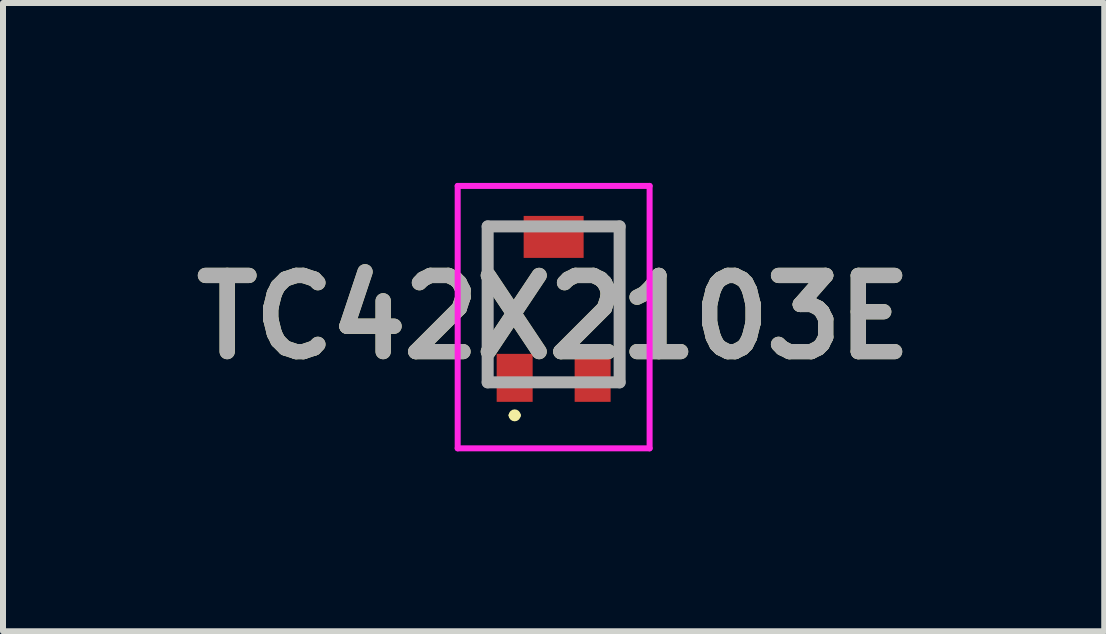
<source format=kicad_pcb>
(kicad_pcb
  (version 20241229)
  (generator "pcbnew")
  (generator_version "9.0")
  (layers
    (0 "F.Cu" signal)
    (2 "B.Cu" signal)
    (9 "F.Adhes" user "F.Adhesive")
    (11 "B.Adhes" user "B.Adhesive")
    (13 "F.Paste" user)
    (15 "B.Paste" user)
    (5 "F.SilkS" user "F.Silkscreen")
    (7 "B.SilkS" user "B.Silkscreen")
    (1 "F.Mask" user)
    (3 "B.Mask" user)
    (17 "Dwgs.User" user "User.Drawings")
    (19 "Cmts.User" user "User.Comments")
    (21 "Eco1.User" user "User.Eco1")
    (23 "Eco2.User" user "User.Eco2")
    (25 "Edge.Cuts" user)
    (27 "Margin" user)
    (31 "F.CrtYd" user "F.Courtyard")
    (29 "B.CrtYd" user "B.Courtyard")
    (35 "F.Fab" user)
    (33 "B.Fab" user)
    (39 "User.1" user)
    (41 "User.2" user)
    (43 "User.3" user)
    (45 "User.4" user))
  (footprint "TC42X2103E"
    (layer "F.Cu")
    (at 6.181 2.075)
    (property "Reference" "TC42X2103E" (at 0 0.163 0) (layer "F.SilkS") (effects (font (size 1.27 1.27) (thickness 0.254))))
    (attr smd)
    (fp_line (start -1.1 -1.35) (end -1.1 1.25) (stroke (width 0.1) (type solid)) (layer "F.SilkS"))
    (fp_line (start -0.7 -1.35) (end -1.1 -1.35) (stroke (width 0.1) (type solid)) (layer "F.SilkS"))
    (fp_line (start -0.7 1.8) (end -0.7 1.8) (stroke (width 0.1) (type solid)) (layer "F.SilkS"))
    (fp_line (start -0.6 1.8) (end -0.6 1.8) (stroke (width 0.1) (type solid)) (layer "F.SilkS"))
    (fp_line (start 0.7 -1.35) (end 1.1 -1.35) (stroke (width 0.1) (type solid)) (layer "F.SilkS"))
    (fp_line (start 1.1 -1.35) (end 1.1 1.25) (stroke (width 0.1) (type solid)) (layer "F.SilkS"))
    (fp_arc (start -0.7 1.8) (mid -0.65 1.75) (end -0.6 1.8) (stroke (width 0.1) (type solid)) (layer "F.SilkS"))
    (fp_arc (start -0.6 1.8) (mid -0.65 1.85) (end -0.7 1.8) (stroke (width 0.1) (type solid)) (layer "F.SilkS"))
    (fp_line (start -1.6 -2.025) (end 1.6 -2.025) (stroke (width 0.1) (type solid)) (layer "F.CrtYd"))
    (fp_line (start -1.6 2.35) (end -1.6 -2.025) (stroke (width 0.1) (type solid)) (layer "F.CrtYd"))
    (fp_line (start 1.6 -2.025) (end 1.6 2.35) (stroke (width 0.1) (type solid)) (layer "F.CrtYd"))
    (fp_line (start 1.6 2.35) (end -1.6 2.35) (stroke (width 0.1) (type solid)) (layer "F.CrtYd"))
    (fp_line (start -1.1 -1.35) (end 1.1 -1.35) (stroke (width 0.2) (type solid)) (layer "F.Fab"))
    (fp_line (start -1.1 1.25) (end -1.1 -1.35) (stroke (width 0.2) (type solid)) (layer "F.Fab"))
    (fp_line (start 1.1 -1.35) (end 1.1 1.25) (stroke (width 0.2) (type solid)) (layer "F.Fab"))
    (fp_line (start 1.1 1.25) (end -1.1 1.25) (stroke (width 0.2) (type solid)) (layer "F.Fab"))
    (fp_text user "${REFERENCE}" (at 0 0.163 0) (layer "F.Fab") (effects (font (size 1.27 1.27) (thickness 0.254))))
    (pad "1" smd rect (at -0.65 1.175) (size 0.6 0.8) (layers "F.Cu" "F.Mask" "F.Paste"))
    (pad "2" smd rect (at 0 -1.175 90) (size 0.7 1) (layers "F.Cu" "F.Mask" "F.Paste"))
    (pad "3" smd rect (at 0.65 1.175) (size 0.6 0.8) (layers "F.Cu" "F.Mask" "F.Paste")))
  (gr_rect
    (start -3 -3)
    (end 15.361 7.475)
    (stroke (width 0.1) (type default))
    (fill no)
    (layer "Edge.Cuts")))
</source>
